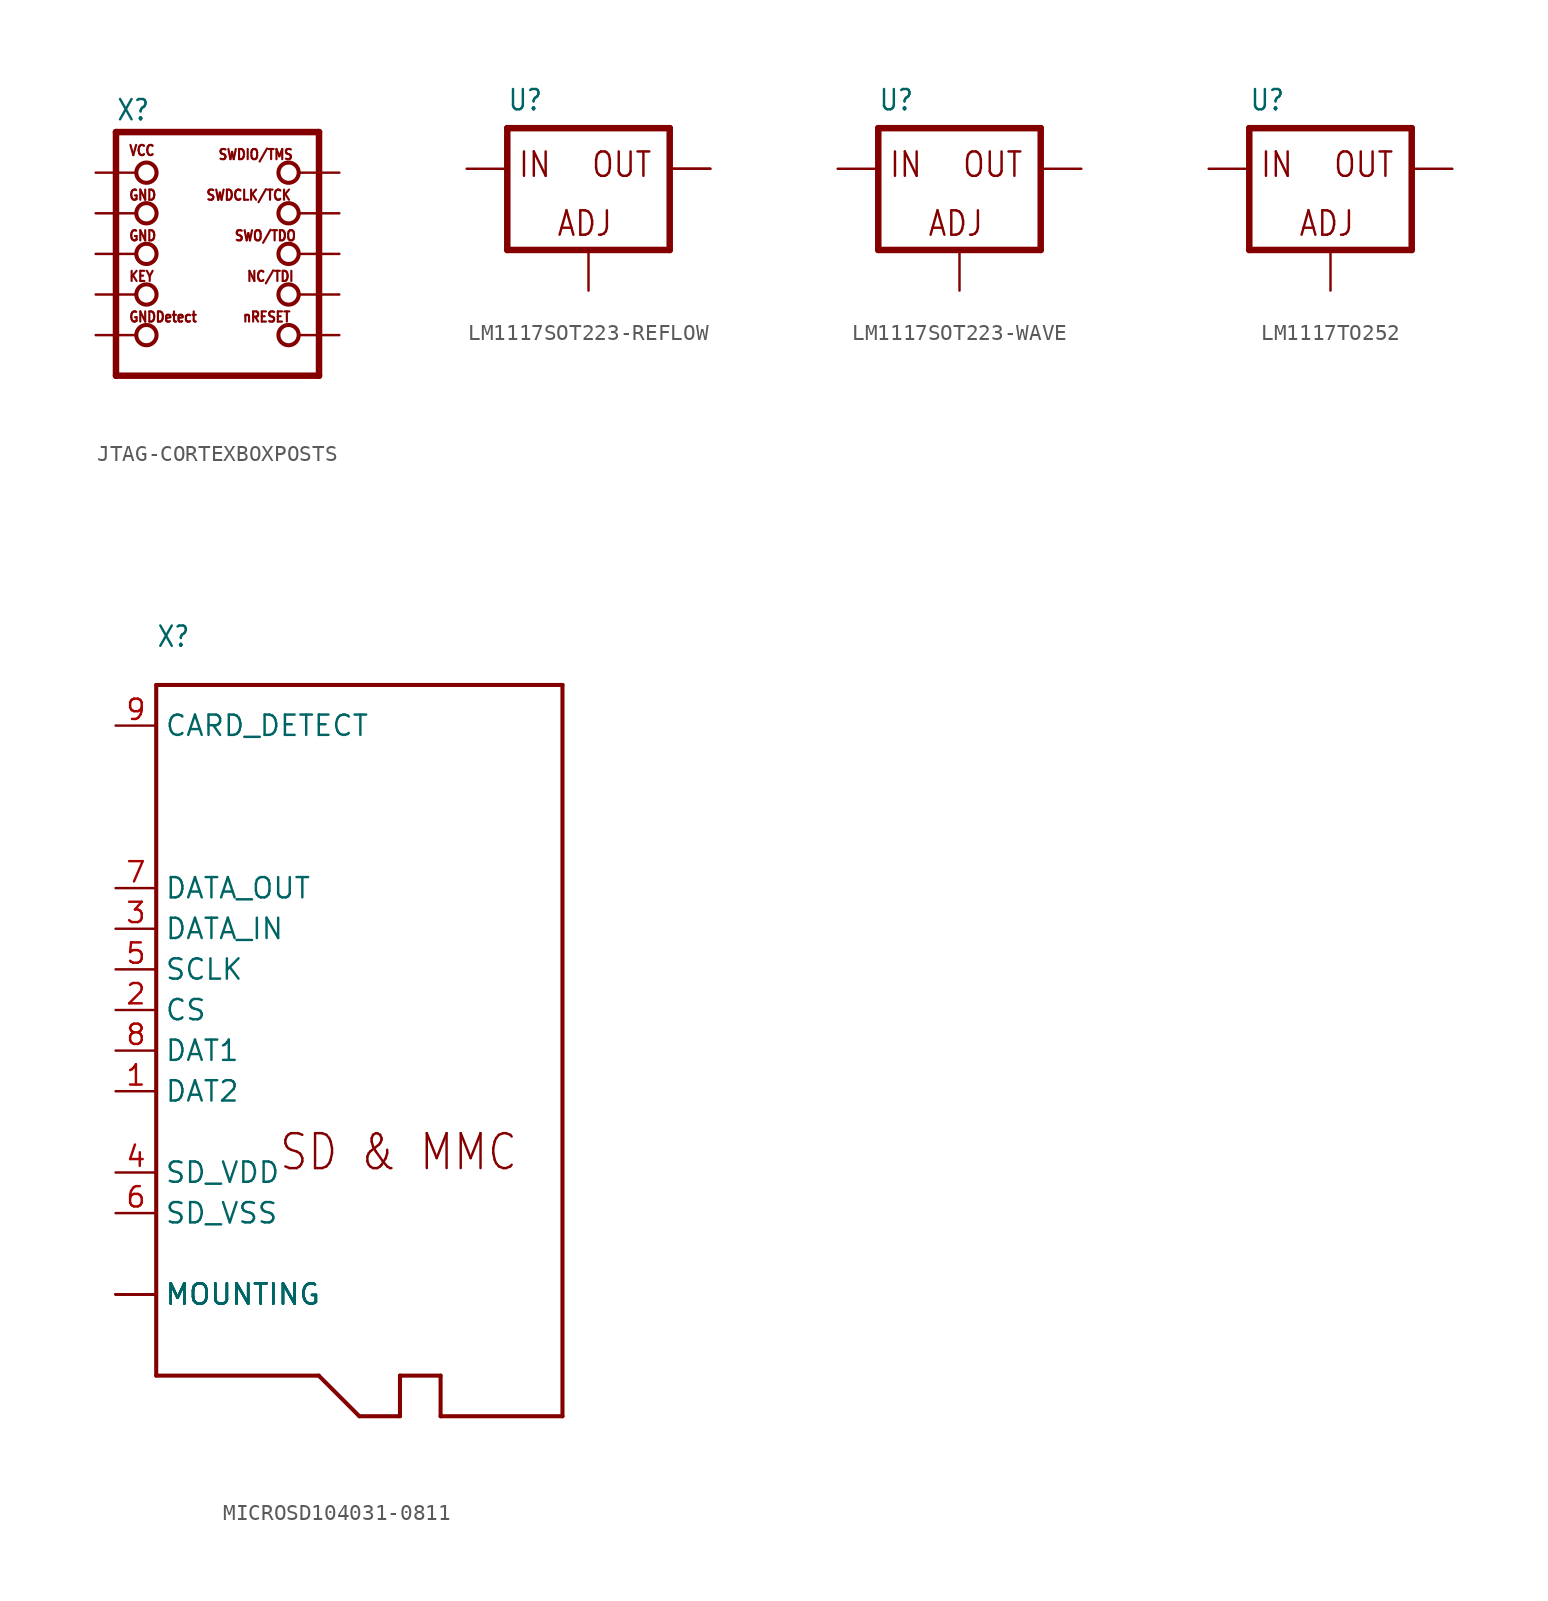
<source format=kicad_sym>
(kicad_symbol_lib
  (version 20220914)
  (generator kicad_symbol_editor)
  (symbol "JTAG-CORTEXBOXPOSTS"
    (property "Reference" "X"
      (at -6.35 8.255 0)
      (effects (font (size 1.27 1.079)) (justify left bottom)))
    (property "Value" ""
      (at -6.35 -9.525 0)
      (effects (font (size 1.27 1.079)) (justify left bottom)))
    (property "ki_locked" ""
      (at 0 0 0)
      (effects (font (size 1.27 1.27))))
    (symbol "JTAG-CORTEXBOXPOSTS_1_0"
      (circle (center -4.445 -5.08) (radius 0.635) (stroke (width 0.254) (type solid)) (fill (type none)))
      (circle (center -4.445 -2.54) (radius 0.635) (stroke (width 0.254) (type solid)) (fill (type none)))
      (circle (center -4.445 0) (radius 0.635) (stroke (width 0.254) (type solid)) (fill (type none)))
      (circle (center -4.445 2.54) (radius 0.635) (stroke (width 0.254) (type solid)) (fill (type none)))
      (circle (center -4.445 5.08) (radius 0.635) (stroke (width 0.254) (type solid)) (fill (type none)))
      (polyline (pts (xy -6.35 7.62) (xy -6.35 -7.62)) (stroke (width 0.406) (type solid)) (fill (type none)))
      (polyline (pts (xy -6.35 7.62) (xy 6.35 7.62)) (stroke (width 0.406) (type solid)) (fill (type none)))
      (polyline (pts (xy 6.35 -7.62) (xy -6.35 -7.62)) (stroke (width 0.406) (type solid)) (fill (type none)))
      (polyline (pts (xy 6.35 -7.62) (xy 6.35 7.62)) (stroke (width 0.406) (type solid)) (fill (type none)))
      (circle (center 4.445 -5.08) (radius 0.635) (stroke (width 0.254) (type solid)) (fill (type none)))
      (circle (center 4.445 -2.54) (radius 0.635) (stroke (width 0.254) (type solid)) (fill (type none)))
      (circle (center 4.445 0) (radius 0.635) (stroke (width 0.254) (type solid)) (fill (type none)))
      (circle (center 4.445 2.54) (radius 0.635) (stroke (width 0.254) (type solid)) (fill (type none)))
      (circle (center 4.445 5.08) (radius 0.635) (stroke (width 0.254) (type solid)) (fill (type none)))
      (text "GND" (at -5.588 0.762 0) (effects (font (size 0.635 0.54)) (justify left bottom)))
      (text "GND" (at -5.588 3.302 0) (effects (font (size 0.635 0.54)) (justify left bottom)))
      (text "GNDDetect" (at -5.588 -4.318 0) (effects (font (size 0.635 0.54)) (justify left bottom)))
      (text "KEY" (at -5.588 -1.778 0) (effects (font (size 0.635 0.54)) (justify left bottom)))
      (text "NC/TDI" (at 1.778 -1.778 0) (effects (font (size 0.635 0.54)) (justify left bottom)))
      (text "nRESET" (at 1.524 -4.318 0) (effects (font (size 0.635 0.54)) (justify left bottom)))
      (text "SWDCLK/TCK" (at -0.762 3.302 0) (effects (font (size 0.635 0.54)) (justify left bottom)))
      (text "SWDIO/TMS" (at 0 5.842 0) (effects (font (size 0.635 0.54)) (justify left bottom)))
      (text "SWO/TDO" (at 1.016 0.762 0) (effects (font (size 0.635 0.54)) (justify left bottom)))
      (text "VCC" (at -5.588 6.096 0) (effects (font (size 0.635 0.54)) (justify left bottom)))
      (pin power_in line (at -7.62 5.08 0) (length 2.54) (name "VCC" (effects (font (size 0 0)))) (number "1" (effects (font (size 0 0)))))
      (pin bidirectional line (at 7.62 -5.08 180) (length 2.54) (name "NRESET" (effects (font (size 0 0)))) (number "10" (effects (font (size 0 0)))))
      (pin bidirectional line (at 7.62 5.08 180) (length 2.54) (name "SWDIO" (effects (font (size 0 0)))) (number "2" (effects (font (size 0 0)))))
      (pin power_in line (at -7.62 2.54 0) (length 2.54) (name "GND@1" (effects (font (size 0 0)))) (number "3" (effects (font (size 0 0)))))
      (pin bidirectional line (at 7.62 2.54 180) (length 2.54) (name "SWDCLK" (effects (font (size 0 0)))) (number "4" (effects (font (size 0 0)))))
      (pin power_in line (at -7.62 0 0) (length 2.54) (name "GND@2" (effects (font (size 0 0)))) (number "5" (effects (font (size 0 0)))))
      (pin bidirectional line (at 7.62 0 180) (length 2.54) (name "SWO" (effects (font (size 0 0)))) (number "6" (effects (font (size 0 0)))))
      (pin bidirectional line (at -7.62 -2.54 0) (length 2.54) (name "KEY" (effects (font (size 0 0)))) (number "7" (effects (font (size 0 0)))))
      (pin bidirectional line (at 7.62 -2.54 180) (length 2.54) (name "TDI" (effects (font (size 0 0)))) (number "8" (effects (font (size 0 0)))))
      (pin bidirectional line (at -7.62 -5.08 0) (length 2.54) (name "GNDDETECT" (effects (font (size 0 0)))) (number "9" (effects (font (size 0 0)))))))
  (symbol "LM1117SOT223-REFLOW"
    (property "Reference" "U"
      (at -5.08 3.556 0)
      (effects (font (size 1.27 1.079)) (justify left bottom)))
    (property "Value" ""
      (at 1.016 -7.62 0)
      (effects (font (size 1.27 1.079)) (justify left bottom)))
    (property "ki_locked" ""
      (at 0 0 0)
      (effects (font (size 1.27 1.27))))
    (symbol "LM1117SOT223-REFLOW_1_0"
      (polyline (pts (xy -5.08 -5.08) (xy 5.08 -5.08)) (stroke (width 0.406) (type solid)) (fill (type none)))
      (polyline (pts (xy -5.08 2.54) (xy -5.08 -5.08)) (stroke (width 0.406) (type solid)) (fill (type none)))
      (polyline (pts (xy 5.08 -5.08) (xy 5.08 2.54)) (stroke (width 0.406) (type solid)) (fill (type none)))
      (polyline (pts (xy 5.08 2.54) (xy -5.08 2.54)) (stroke (width 0.406) (type solid)) (fill (type none)))
      (text "ADJ" (at -2.032 -4.318 0) (effects (font (size 1.524 1.295)) (justify left bottom)))
      (text "IN" (at -4.445 -0.635 0) (effects (font (size 1.524 1.295)) (justify left bottom)))
      (text "OUT" (at 0.127 -0.635 0) (effects (font (size 1.524 1.295)) (justify left bottom)))
      (pin input line (at 0 -7.62 90) (length 2.54) (name "ADJ" (effects (font (size 0 0)))) (number "1" (effects (font (size 0 0)))))
      (pin passive line (at 7.62 0 180) (length 2.54) (name "OUT" (effects (font (size 0 0)))) (number "2" (effects (font (size 0 0)))))
      (pin input line (at -7.62 0 0) (length 2.54) (name "IN" (effects (font (size 0 0)))) (number "3" (effects (font (size 0 0)))))
      (pin passive line (at 7.62 0 180) (length 2.54) (name "OUT" (effects (font (size 0 0)))) (number "4" (effects (font (size 0 0)))))))
  (symbol "LM1117SOT223-WAVE"
    (property "Reference" "U"
      (at -5.08 3.556 0)
      (effects (font (size 1.27 1.079)) (justify left bottom)))
    (property "Value" ""
      (at 1.016 -7.62 0)
      (effects (font (size 1.27 1.079)) (justify left bottom)))
    (property "ki_locked" ""
      (at 0 0 0)
      (effects (font (size 1.27 1.27))))
    (symbol "LM1117SOT223-WAVE_1_0"
      (polyline (pts (xy -5.08 -5.08) (xy 5.08 -5.08)) (stroke (width 0.406) (type solid)) (fill (type none)))
      (polyline (pts (xy -5.08 2.54) (xy -5.08 -5.08)) (stroke (width 0.406) (type solid)) (fill (type none)))
      (polyline (pts (xy 5.08 -5.08) (xy 5.08 2.54)) (stroke (width 0.406) (type solid)) (fill (type none)))
      (polyline (pts (xy 5.08 2.54) (xy -5.08 2.54)) (stroke (width 0.406) (type solid)) (fill (type none)))
      (text "ADJ" (at -2.032 -4.318 0) (effects (font (size 1.524 1.295)) (justify left bottom)))
      (text "IN" (at -4.445 -0.635 0) (effects (font (size 1.524 1.295)) (justify left bottom)))
      (text "OUT" (at 0.127 -0.635 0) (effects (font (size 1.524 1.295)) (justify left bottom)))
      (pin input line (at 0 -7.62 90) (length 2.54) (name "ADJ" (effects (font (size 0 0)))) (number "1" (effects (font (size 0 0)))))
      (pin passive line (at 7.62 0 180) (length 2.54) (name "OUT" (effects (font (size 0 0)))) (number "2" (effects (font (size 0 0)))))
      (pin input line (at -7.62 0 0) (length 2.54) (name "IN" (effects (font (size 0 0)))) (number "3" (effects (font (size 0 0)))))))
  (symbol "LM1117TO252"
    (property "Reference" "U"
      (at -5.08 3.556 0)
      (effects (font (size 1.27 1.079)) (justify left bottom)))
    (property "Value" ""
      (at 1.016 -7.62 0)
      (effects (font (size 1.27 1.079)) (justify left bottom)))
    (property "ki_locked" ""
      (at 0 0 0)
      (effects (font (size 1.27 1.27))))
    (symbol "LM1117TO252_1_0"
      (polyline (pts (xy -5.08 -5.08) (xy 5.08 -5.08)) (stroke (width 0.406) (type solid)) (fill (type none)))
      (polyline (pts (xy -5.08 2.54) (xy -5.08 -5.08)) (stroke (width 0.406) (type solid)) (fill (type none)))
      (polyline (pts (xy 5.08 -5.08) (xy 5.08 2.54)) (stroke (width 0.406) (type solid)) (fill (type none)))
      (polyline (pts (xy 5.08 2.54) (xy -5.08 2.54)) (stroke (width 0.406) (type solid)) (fill (type none)))
      (text "ADJ" (at -2.032 -4.318 0) (effects (font (size 1.524 1.295)) (justify left bottom)))
      (text "IN" (at -4.445 -0.635 0) (effects (font (size 1.524 1.295)) (justify left bottom)))
      (text "OUT" (at 0.127 -0.635 0) (effects (font (size 1.524 1.295)) (justify left bottom)))
      (pin input line (at 0 -7.62 90) (length 2.54) (name "ADJ" (effects (font (size 0 0)))) (number "1" (effects (font (size 0 0)))))
      (pin input line (at -7.62 0 0) (length 2.54) (name "IN" (effects (font (size 0 0)))) (number "2" (effects (font (size 0 0)))))
      (pin passive line (at 7.62 0 180) (length 2.54) (name "OUT" (effects (font (size 0 0)))) (number "3" (effects (font (size 0 0)))))))
  (symbol "MICROSD104031-0811"
    (property "Reference" "X"
      (at -12.7 22.606 0)
      (effects (font (size 1.27 1.079)) (justify left bottom)))
    (property "Value" ""
      (at -12.7 20.828 0)
      (effects (font (size 1.27 1.079)) (justify left bottom)))
    (property "ki_locked" ""
      (at 0 0 0)
      (effects (font (size 1.27 1.27))))
    (symbol "MICROSD104031-0811_1_0"
      (polyline (pts (xy -12.7 -22.86) (xy -2.54 -22.86)) (stroke (width 0.254) (type solid)) (fill (type none)))
      (polyline (pts (xy -12.7 20.32) (xy -12.7 -22.86)) (stroke (width 0.254) (type solid)) (fill (type none)))
      (polyline (pts (xy -2.54 -22.86) (xy 0 -25.4)) (stroke (width 0.254) (type solid)) (fill (type none)))
      (polyline (pts (xy 0 -25.4) (xy 2.54 -25.4)) (stroke (width 0.254) (type solid)) (fill (type none)))
      (polyline (pts (xy 2.54 -25.4) (xy 2.54 -22.86)) (stroke (width 0.254) (type solid)) (fill (type none)))
      (polyline (pts (xy 2.54 -22.86) (xy 5.08 -22.86)) (stroke (width 0.254) (type solid)) (fill (type none)))
      (polyline (pts (xy 5.08 -25.4) (xy 12.7 -25.4)) (stroke (width 0.254) (type solid)) (fill (type none)))
      (polyline (pts (xy 5.08 -22.86) (xy 5.08 -25.4)) (stroke (width 0.254) (type solid)) (fill (type none)))
      (polyline (pts (xy 12.7 -25.4) (xy 12.7 20.32)) (stroke (width 0.254) (type solid)) (fill (type none)))
      (polyline (pts (xy 12.7 20.32) (xy -12.7 20.32)) (stroke (width 0.254) (type solid)) (fill (type none)))
      (text "SD & MMC" (at -5.08 -10.16 0) (effects (font (size 2.184 1.857)) (justify left bottom)))
      (pin bidirectional line (at -15.24 -5.08 0) (length 2.54) (name "DAT2" (effects (font (size 1.27 1.27)))) (number "1" (effects (font (size 1.27 1.27)))))
      (pin passive line (at -15.24 -17.78 0) (length 2.54) (name "MOUNTING" (effects (font (size 1.27 1.27)))) (number "10" (effects (font (size 0 0)))))
      (pin input line (at -15.24 0 0) (length 2.54) (name "CS" (effects (font (size 1.27 1.27)))) (number "2" (effects (font (size 1.27 1.27)))))
      (pin input line (at -15.24 5.08 0) (length 2.54) (name "DATA_IN" (effects (font (size 1.27 1.27)))) (number "3" (effects (font (size 1.27 1.27)))))
      (pin power_in line (at -15.24 -10.16 0) (length 2.54) (name "SD_VDD" (effects (font (size 1.27 1.27)))) (number "4" (effects (font (size 1.27 1.27)))))
      (pin input line (at -15.24 2.54 0) (length 2.54) (name "SCLK" (effects (font (size 1.27 1.27)))) (number "5" (effects (font (size 1.27 1.27)))))
      (pin power_in line (at -15.24 -12.7 0) (length 2.54) (name "SD_VSS" (effects (font (size 1.27 1.27)))) (number "6" (effects (font (size 1.27 1.27)))))
      (pin output line (at -15.24 7.62 0) (length 2.54) (name "DATA_OUT" (effects (font (size 1.27 1.27)))) (number "7" (effects (font (size 1.27 1.27)))))
      (pin bidirectional line (at -15.24 -2.54 0) (length 2.54) (name "DAT1" (effects (font (size 1.27 1.27)))) (number "8" (effects (font (size 1.27 1.27)))))
      (pin passive line (at -15.24 17.78 0) (length 2.54) (name "CARD_DETECT" (effects (font (size 1.27 1.27)))) (number "9" (effects (font (size 1.27 1.27)))))
      (pin passive line (at -15.24 -17.78 0) (length 2.54) (name "MOUNTING" (effects (font (size 1.27 1.27)))) (number "G1" (effects (font (size 0 0)))))
      (pin passive line (at -15.24 -17.78 0) (length 2.54) (name "MOUNTING" (effects (font (size 1.27 1.27)))) (number "G2" (effects (font (size 0 0)))))
      (pin passive line (at -15.24 -17.78 0) (length 2.54) (name "MOUNTING" (effects (font (size 1.27 1.27)))) (number "G3" (effects (font (size 0 0)))))
      (pin passive line (at -15.24 -17.78 0) (length 2.54) (name "MOUNTING" (effects (font (size 1.27 1.27)))) (number "G4" (effects (font (size 0 0))))))))
</source>
